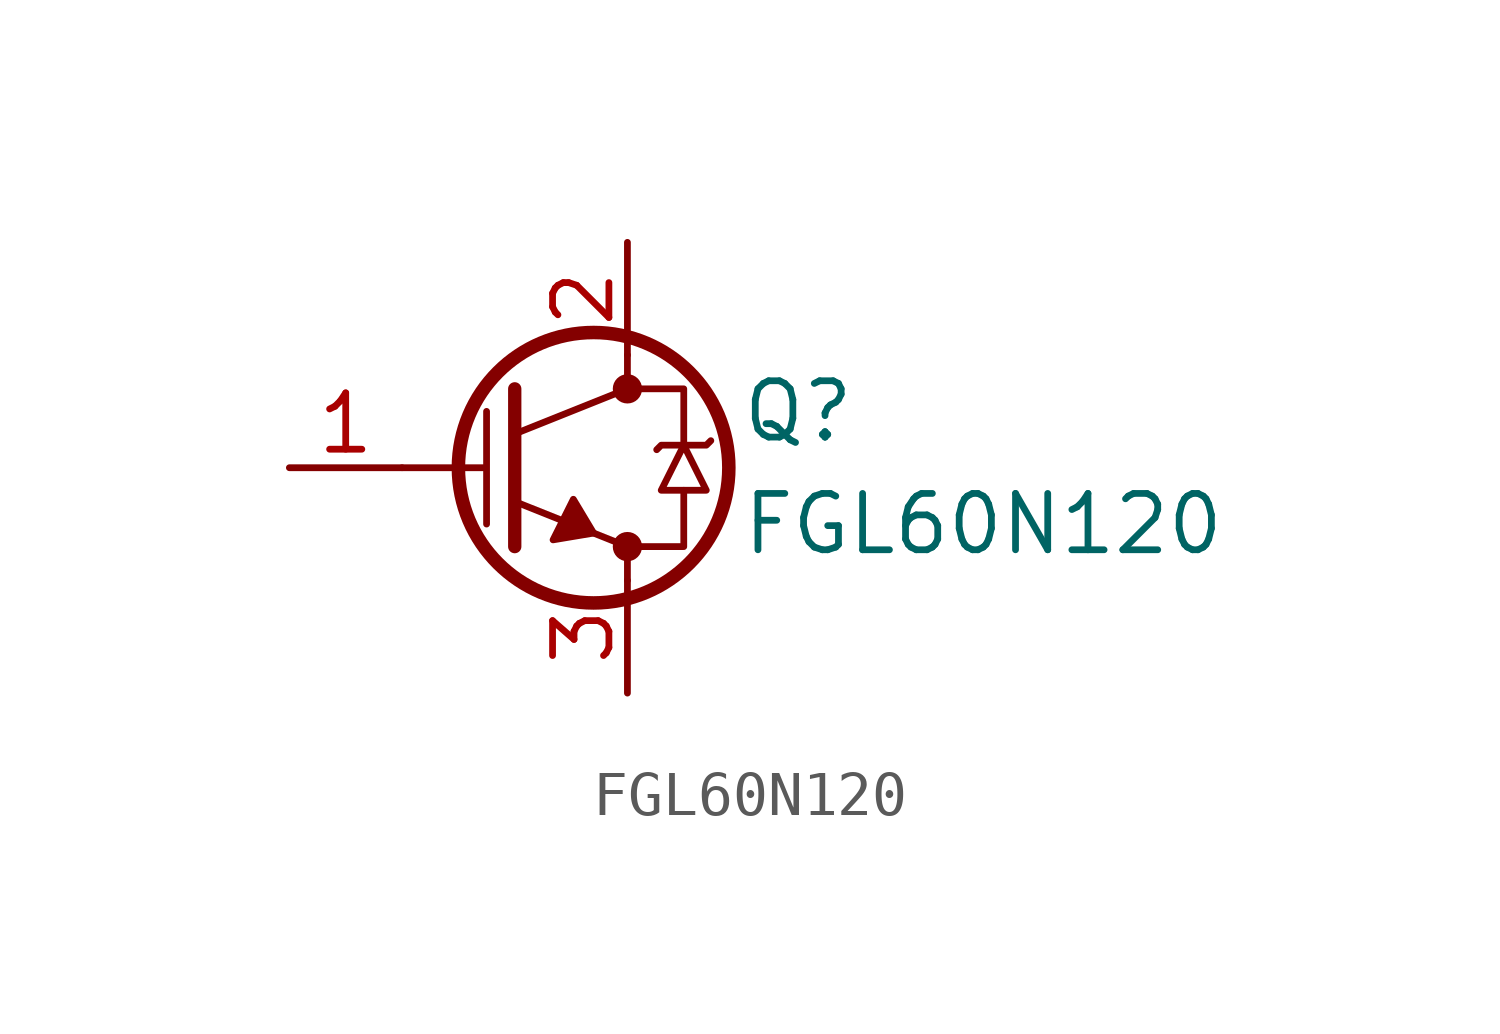
<source format=kicad_sym>
(kicad_symbol_lib
  (version 20211014)
  (generator kicad_symbol_editor)
  (symbol "FGL60N120"
    (pin_names hide)
    (property "Reference" "Q"
      (at 5.08 1.27 0)
      (effects (font (size 1.27 1.27)) (justify left)))
    (property "Value" "FGL60N120"
      (at 5.08 -1.27 0)
      (effects (font (size 1.27 1.27)) (justify left)))
    (symbol "FGL60N120_0_1"
      (polyline (pts (xy 0 -1.778) (xy 0 1.778)) (stroke (width 0.3) (type default) (color 0 0 0 0)) (fill (type none)))
      (polyline (pts (xy 2.54 -2.54) (xy 2.54 -1.778) (xy 0 -0.762)) (stroke (width 0) (type default) (color 0 0 0 0)) (fill (type none)))
      (polyline (pts (xy 2.54 -1.778) (xy 3.81 -1.778) (xy 3.81 -0.508)) (stroke (width 0) (type default) (color 0 0 0 0)) (fill (type none)))
      (polyline (pts (xy 2.54 1.778) (xy 3.81 1.778) (xy 3.81 0.508)) (stroke (width 0) (type default) (color 0 0 0 0)) (fill (type none)))
      (polyline (pts (xy 2.54 2.54) (xy 2.54 1.778) (xy 0 0.762)) (stroke (width 0) (type default) (color 0 0 0 0)) (fill (type none)))
      (polyline (pts (xy -2.54 0) (xy -0.635 0) (xy -0.635 1.27) (xy -0.635 -1.27)) (stroke (width 0) (type default) (color 0 0 0 0)) (fill (type none)))
      (polyline (pts (xy 1.778 -1.473) (xy 1.321 -0.711) (xy 0.864 -1.626) (xy 1.778 -1.473)) (stroke (width 0) (type default) (color 0 0 0 0)) (fill (type outline)))
      (polyline (pts (xy 3.81 0.508) (xy 3.302 -0.508) (xy 4.318 -0.508) (xy 3.81 0.508)) (stroke (width 0) (type default) (color 0 0 0 0)) (fill (type none)))
      (polyline (pts (xy 4.42 0.61) (xy 4.318 0.508) (xy 3.302 0.508) (xy 3.2 0.406)) (stroke (width 0) (type default) (color 0 0 0 0)) (fill (type none)))
      (circle (center 1.778 0) (radius 3.048) (stroke (width 0.305) (type default) (color 0 0 0 0)) (fill (type none)))
      (circle (center 2.54 -1.778) (radius 0.254) (stroke (width 0) (type default) (color 0 0 0 0)) (fill (type outline)))
      (circle (center 2.54 1.778) (radius 0.254) (stroke (width 0) (type default) (color 0 0 0 0)) (fill (type outline))))
    (symbol "FGL60N120_1_1"
      (pin input line (at -5.08 0 0) (length 2.54) (name "G" (effects (font (size 1.27 1.27)))) (number "1" (effects (font (size 1.27 1.27)))))
      (pin passive line (at 2.54 5.08 270) (length 2.54) (name "C" (effects (font (size 1.27 1.27)))) (number "2" (effects (font (size 1.27 1.27)))))
      (pin passive line (at 2.54 -5.08 90) (length 2.54) (name "E" (effects (font (size 1.27 1.27)))) (number "3" (effects (font (size 1.27 1.27))))))))
</source>
